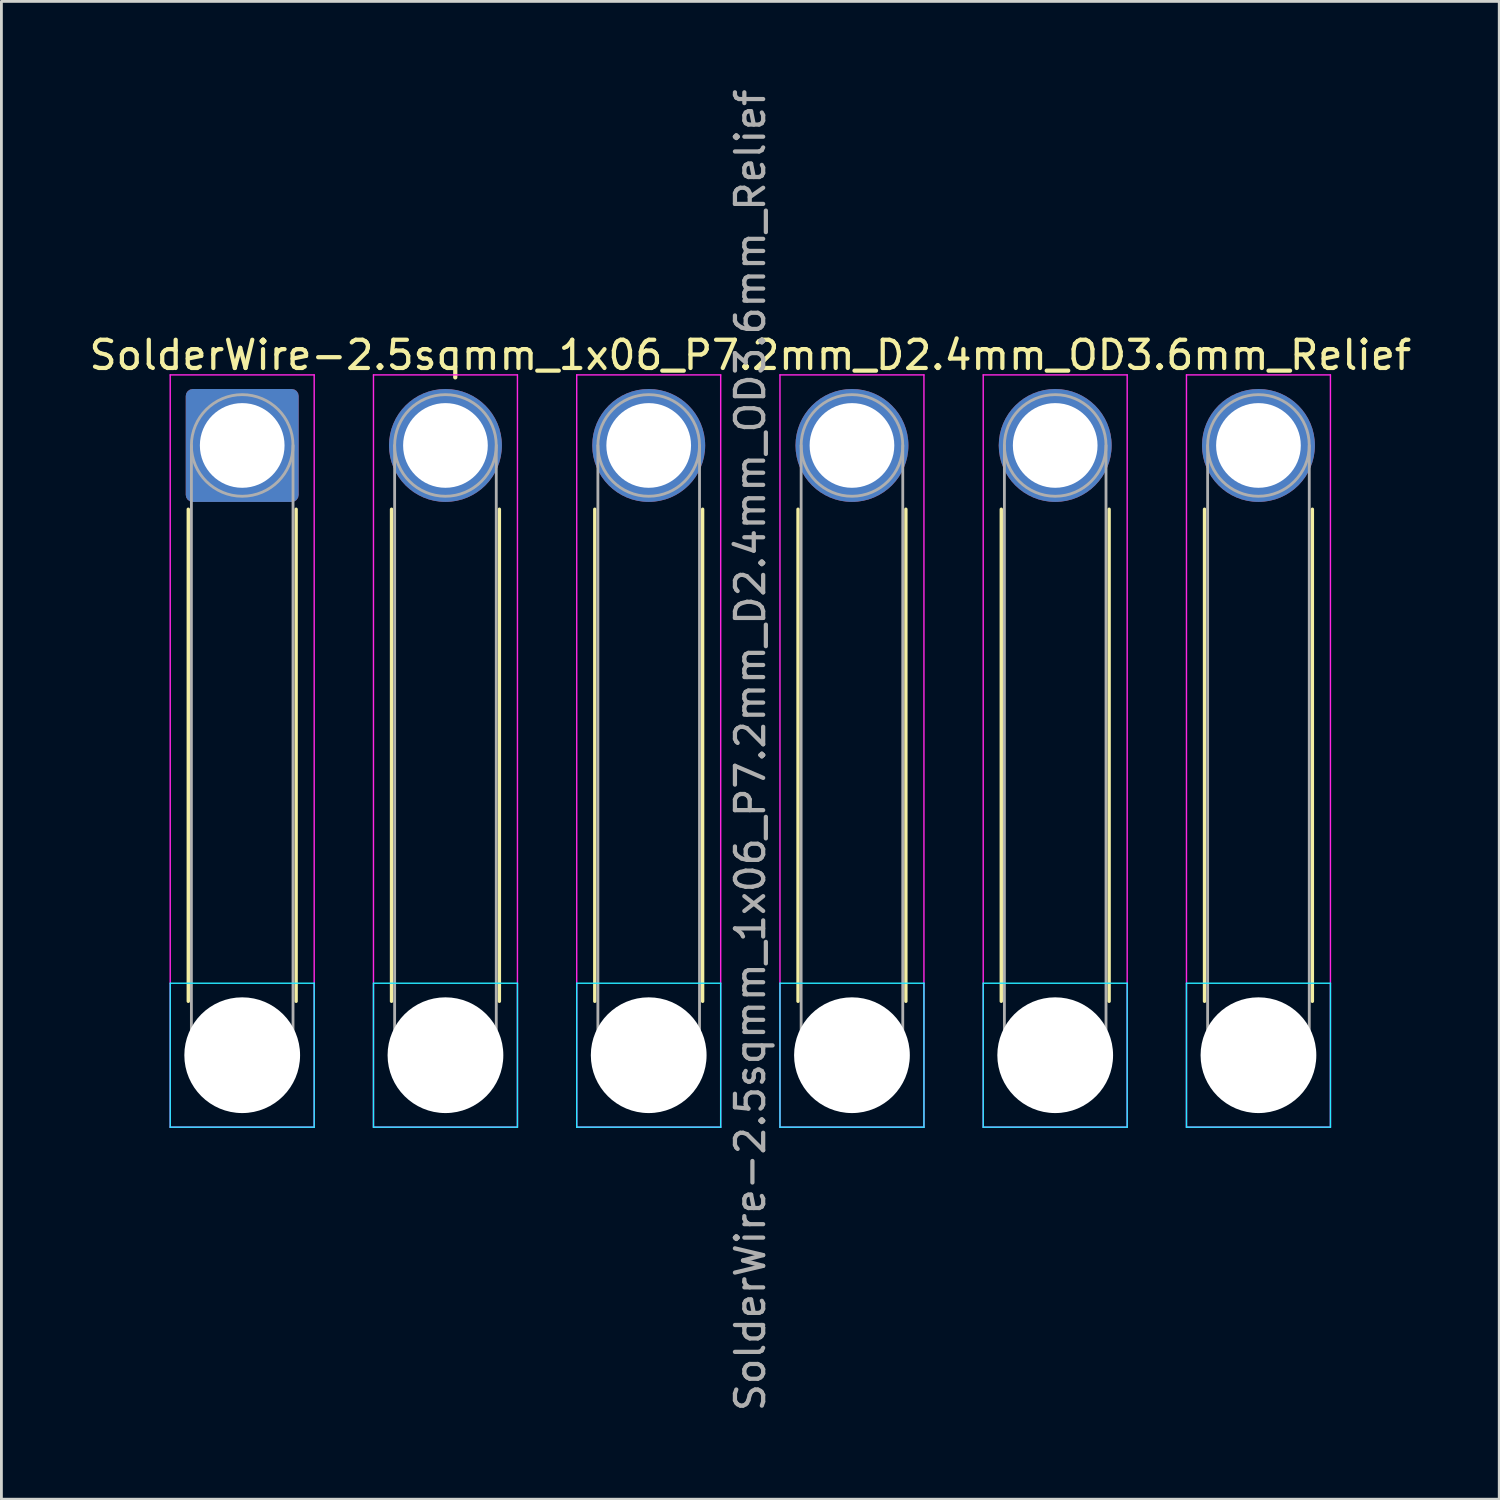
<source format=kicad_pcb>
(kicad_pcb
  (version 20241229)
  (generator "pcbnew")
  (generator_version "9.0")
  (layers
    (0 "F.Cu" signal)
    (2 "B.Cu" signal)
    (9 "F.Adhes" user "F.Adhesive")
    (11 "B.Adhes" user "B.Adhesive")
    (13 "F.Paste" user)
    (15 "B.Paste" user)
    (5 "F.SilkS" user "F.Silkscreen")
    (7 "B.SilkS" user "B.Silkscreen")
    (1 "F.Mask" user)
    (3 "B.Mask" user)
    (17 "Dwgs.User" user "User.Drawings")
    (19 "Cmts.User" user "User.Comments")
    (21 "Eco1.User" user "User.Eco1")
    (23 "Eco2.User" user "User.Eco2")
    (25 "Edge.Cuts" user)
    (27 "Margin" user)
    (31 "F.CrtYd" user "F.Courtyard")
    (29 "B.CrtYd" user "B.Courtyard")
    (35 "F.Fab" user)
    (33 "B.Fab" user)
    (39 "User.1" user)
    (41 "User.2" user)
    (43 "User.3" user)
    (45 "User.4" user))
  (footprint "SolderWire-2.5sqmm_1x06_P7.2mm_D2.4mm_OD3.6mm_Relief"
    (layer "F.Cu")
    (at 5.53 12.73)
    (property "Reference" "SolderWire-2.5sqmm_1x06_P7.2mm_D2.4mm_OD3.6mm_Relief" (at 18 -3.2 0) (layer "F.SilkS") (effects (font (size 1 1) (thickness 0.15))))
    (attr exclude_from_pos_files exclude_from_bom)
    (fp_line (start -1.91 2.26) (end -1.91 19.69) (stroke (width 0.12) (type solid)) (layer "F.SilkS"))
    (fp_line (start 1.91 2.26) (end 1.91 19.69) (stroke (width 0.12) (type solid)) (layer "F.SilkS"))
    (fp_line (start 5.29 2.26) (end 5.29 19.69) (stroke (width 0.12) (type solid)) (layer "F.SilkS"))
    (fp_line (start 9.11 2.26) (end 9.11 19.69) (stroke (width 0.12) (type solid)) (layer "F.SilkS"))
    (fp_line (start 12.49 2.26) (end 12.49 19.69) (stroke (width 0.12) (type solid)) (layer "F.SilkS"))
    (fp_line (start 16.31 2.26) (end 16.31 19.69) (stroke (width 0.12) (type solid)) (layer "F.SilkS"))
    (fp_line (start 19.69 2.26) (end 19.69 19.69) (stroke (width 0.12) (type solid)) (layer "F.SilkS"))
    (fp_line (start 23.51 2.26) (end 23.51 19.69) (stroke (width 0.12) (type solid)) (layer "F.SilkS"))
    (fp_line (start 26.89 2.26) (end 26.89 19.69) (stroke (width 0.12) (type solid)) (layer "F.SilkS"))
    (fp_line (start 30.71 2.26) (end 30.71 19.69) (stroke (width 0.12) (type solid)) (layer "F.SilkS"))
    (fp_line (start 34.09 2.26) (end 34.09 19.69) (stroke (width 0.12) (type solid)) (layer "F.SilkS"))
    (fp_line (start 37.91 2.26) (end 37.91 19.69) (stroke (width 0.12) (type solid)) (layer "F.SilkS"))
    (fp_line (start -2.55 19.05) (end -2.55 24.15) (stroke (width 0.05) (type solid)) (layer "B.CrtYd"))
    (fp_line (start -2.55 24.15) (end 2.55 24.15) (stroke (width 0.05) (type solid)) (layer "B.CrtYd"))
    (fp_line (start 2.55 19.05) (end -2.55 19.05) (stroke (width 0.05) (type solid)) (layer "B.CrtYd"))
    (fp_line (start 2.55 24.15) (end 2.55 19.05) (stroke (width 0.05) (type solid)) (layer "B.CrtYd"))
    (fp_line (start 4.65 19.05) (end 4.65 24.15) (stroke (width 0.05) (type solid)) (layer "B.CrtYd"))
    (fp_line (start 4.65 24.15) (end 9.75 24.15) (stroke (width 0.05) (type solid)) (layer "B.CrtYd"))
    (fp_line (start 9.75 19.05) (end 4.65 19.05) (stroke (width 0.05) (type solid)) (layer "B.CrtYd"))
    (fp_line (start 9.75 24.15) (end 9.75 19.05) (stroke (width 0.05) (type solid)) (layer "B.CrtYd"))
    (fp_line (start 11.85 19.05) (end 11.85 24.15) (stroke (width 0.05) (type solid)) (layer "B.CrtYd"))
    (fp_line (start 11.85 24.15) (end 16.95 24.15) (stroke (width 0.05) (type solid)) (layer "B.CrtYd"))
    (fp_line (start 16.95 19.05) (end 11.85 19.05) (stroke (width 0.05) (type solid)) (layer "B.CrtYd"))
    (fp_line (start 16.95 24.15) (end 16.95 19.05) (stroke (width 0.05) (type solid)) (layer "B.CrtYd"))
    (fp_line (start 19.05 19.05) (end 19.05 24.15) (stroke (width 0.05) (type solid)) (layer "B.CrtYd"))
    (fp_line (start 19.05 24.15) (end 24.15 24.15) (stroke (width 0.05) (type solid)) (layer "B.CrtYd"))
    (fp_line (start 24.15 19.05) (end 19.05 19.05) (stroke (width 0.05) (type solid)) (layer "B.CrtYd"))
    (fp_line (start 24.15 24.15) (end 24.15 19.05) (stroke (width 0.05) (type solid)) (layer "B.CrtYd"))
    (fp_line (start 26.25 19.05) (end 26.25 24.15) (stroke (width 0.05) (type solid)) (layer "B.CrtYd"))
    (fp_line (start 26.25 24.15) (end 31.35 24.15) (stroke (width 0.05) (type solid)) (layer "B.CrtYd"))
    (fp_line (start 31.35 19.05) (end 26.25 19.05) (stroke (width 0.05) (type solid)) (layer "B.CrtYd"))
    (fp_line (start 31.35 24.15) (end 31.35 19.05) (stroke (width 0.05) (type solid)) (layer "B.CrtYd"))
    (fp_line (start 33.45 19.05) (end 33.45 24.15) (stroke (width 0.05) (type solid)) (layer "B.CrtYd"))
    (fp_line (start 33.45 24.15) (end 38.55 24.15) (stroke (width 0.05) (type solid)) (layer "B.CrtYd"))
    (fp_line (start 38.55 19.05) (end 33.45 19.05) (stroke (width 0.05) (type solid)) (layer "B.CrtYd"))
    (fp_line (start 38.55 24.15) (end 38.55 19.05) (stroke (width 0.05) (type solid)) (layer "B.CrtYd"))
    (fp_line (start -2.55 -2.5) (end -2.55 24.15) (stroke (width 0.05) (type solid)) (layer "F.CrtYd"))
    (fp_line (start -2.55 24.15) (end 2.55 24.15) (stroke (width 0.05) (type solid)) (layer "F.CrtYd"))
    (fp_line (start 2.55 -2.5) (end -2.55 -2.5) (stroke (width 0.05) (type solid)) (layer "F.CrtYd"))
    (fp_line (start 2.55 24.15) (end 2.55 -2.5) (stroke (width 0.05) (type solid)) (layer "F.CrtYd"))
    (fp_line (start 4.65 -2.5) (end 4.65 24.15) (stroke (width 0.05) (type solid)) (layer "F.CrtYd"))
    (fp_line (start 4.65 24.15) (end 9.75 24.15) (stroke (width 0.05) (type solid)) (layer "F.CrtYd"))
    (fp_line (start 9.75 -2.5) (end 4.65 -2.5) (stroke (width 0.05) (type solid)) (layer "F.CrtYd"))
    (fp_line (start 9.75 24.15) (end 9.75 -2.5) (stroke (width 0.05) (type solid)) (layer "F.CrtYd"))
    (fp_line (start 11.85 -2.5) (end 11.85 24.15) (stroke (width 0.05) (type solid)) (layer "F.CrtYd"))
    (fp_line (start 11.85 24.15) (end 16.95 24.15) (stroke (width 0.05) (type solid)) (layer "F.CrtYd"))
    (fp_line (start 16.95 -2.5) (end 11.85 -2.5) (stroke (width 0.05) (type solid)) (layer "F.CrtYd"))
    (fp_line (start 16.95 24.15) (end 16.95 -2.5) (stroke (width 0.05) (type solid)) (layer "F.CrtYd"))
    (fp_line (start 19.05 -2.5) (end 19.05 24.15) (stroke (width 0.05) (type solid)) (layer "F.CrtYd"))
    (fp_line (start 19.05 24.15) (end 24.15 24.15) (stroke (width 0.05) (type solid)) (layer "F.CrtYd"))
    (fp_line (start 24.15 -2.5) (end 19.05 -2.5) (stroke (width 0.05) (type solid)) (layer "F.CrtYd"))
    (fp_line (start 24.15 24.15) (end 24.15 -2.5) (stroke (width 0.05) (type solid)) (layer "F.CrtYd"))
    (fp_line (start 26.25 -2.5) (end 26.25 24.15) (stroke (width 0.05) (type solid)) (layer "F.CrtYd"))
    (fp_line (start 26.25 24.15) (end 31.35 24.15) (stroke (width 0.05) (type solid)) (layer "F.CrtYd"))
    (fp_line (start 31.35 -2.5) (end 26.25 -2.5) (stroke (width 0.05) (type solid)) (layer "F.CrtYd"))
    (fp_line (start 31.35 24.15) (end 31.35 -2.5) (stroke (width 0.05) (type solid)) (layer "F.CrtYd"))
    (fp_line (start 33.45 -2.5) (end 33.45 24.15) (stroke (width 0.05) (type solid)) (layer "F.CrtYd"))
    (fp_line (start 33.45 24.15) (end 38.55 24.15) (stroke (width 0.05) (type solid)) (layer "F.CrtYd"))
    (fp_line (start 38.55 -2.5) (end 33.45 -2.5) (stroke (width 0.05) (type solid)) (layer "F.CrtYd"))
    (fp_line (start 38.55 24.15) (end 38.55 -2.5) (stroke (width 0.05) (type solid)) (layer "F.CrtYd"))
    (fp_line (start -1.8 0) (end -1.8 21.6) (stroke (width 0.1) (type solid)) (layer "F.Fab"))
    (fp_line (start 1.8 0) (end 1.8 21.6) (stroke (width 0.1) (type solid)) (layer "F.Fab"))
    (fp_line (start 5.4 0) (end 5.4 21.6) (stroke (width 0.1) (type solid)) (layer "F.Fab"))
    (fp_line (start 9 0) (end 9 21.6) (stroke (width 0.1) (type solid)) (layer "F.Fab"))
    (fp_line (start 12.6 0) (end 12.6 21.6) (stroke (width 0.1) (type solid)) (layer "F.Fab"))
    (fp_line (start 16.2 0) (end 16.2 21.6) (stroke (width 0.1) (type solid)) (layer "F.Fab"))
    (fp_line (start 19.8 0) (end 19.8 21.6) (stroke (width 0.1) (type solid)) (layer "F.Fab"))
    (fp_line (start 23.4 0) (end 23.4 21.6) (stroke (width 0.1) (type solid)) (layer "F.Fab"))
    (fp_line (start 27 0) (end 27 21.6) (stroke (width 0.1) (type solid)) (layer "F.Fab"))
    (fp_line (start 30.6 0) (end 30.6 21.6) (stroke (width 0.1) (type solid)) (layer "F.Fab"))
    (fp_line (start 34.2 0) (end 34.2 21.6) (stroke (width 0.1) (type solid)) (layer "F.Fab"))
    (fp_line (start 37.8 0) (end 37.8 21.6) (stroke (width 0.1) (type solid)) (layer "F.Fab"))
    (fp_circle (center 0 0) (end 1.8 0) (stroke (width 0.1) (type solid)) (fill no) (layer "F.Fab"))
    (fp_circle (center 0 21.6) (end 1.8 21.6) (stroke (width 0.1) (type solid)) (fill no) (layer "F.Fab"))
    (fp_circle (center 7.2 0) (end 9 0) (stroke (width 0.1) (type solid)) (fill no) (layer "F.Fab"))
    (fp_circle (center 7.2 21.6) (end 9 21.6) (stroke (width 0.1) (type solid)) (fill no) (layer "F.Fab"))
    (fp_circle (center 14.4 0) (end 16.2 0) (stroke (width 0.1) (type solid)) (fill no) (layer "F.Fab"))
    (fp_circle (center 14.4 21.6) (end 16.2 21.6) (stroke (width 0.1) (type solid)) (fill no) (layer "F.Fab"))
    (fp_circle (center 21.6 0) (end 23.4 0) (stroke (width 0.1) (type solid)) (fill no) (layer "F.Fab"))
    (fp_circle (center 21.6 21.6) (end 23.4 21.6) (stroke (width 0.1) (type solid)) (fill no) (layer "F.Fab"))
    (fp_circle (center 28.8 0) (end 30.6 0) (stroke (width 0.1) (type solid)) (fill no) (layer "F.Fab"))
    (fp_circle (center 28.8 21.6) (end 30.6 21.6) (stroke (width 0.1) (type solid)) (fill no) (layer "F.Fab"))
    (fp_circle (center 36 0) (end 37.8 0) (stroke (width 0.1) (type solid)) (fill no) (layer "F.Fab"))
    (fp_circle (center 36 21.6) (end 37.8 21.6) (stroke (width 0.1) (type solid)) (fill no) (layer "F.Fab"))
    (fp_text user "${REFERENCE}" (at 18 10.8 90) (layer "F.Fab") (effects (font (size 1 1) (thickness 0.15))))
    (pad "" np_thru_hole circle (at 0 21.6) (size 4.1 4.1) (drill 4.1) (layers "*.Cu" "*.Mask"))
    (pad "" np_thru_hole circle (at 7.2 21.6) (size 4.1 4.1) (drill 4.1) (layers "*.Cu" "*.Mask"))
    (pad "" np_thru_hole circle (at 14.4 21.6) (size 4.1 4.1) (drill 4.1) (layers "*.Cu" "*.Mask"))
    (pad "" np_thru_hole circle (at 21.6 21.6) (size 4.1 4.1) (drill 4.1) (layers "*.Cu" "*.Mask"))
    (pad "" np_thru_hole circle (at 28.8 21.6) (size 4.1 4.1) (drill 4.1) (layers "*.Cu" "*.Mask"))
    (pad "" np_thru_hole circle (at 36 21.6) (size 4.1 4.1) (drill 4.1) (layers "*.Cu" "*.Mask"))
    (pad "1" thru_hole roundrect (at 0 0) (size 4 4) (drill 3) (layers "*.Cu" "*.Mask") (roundrect_rratio 0.062))
    (pad "2" thru_hole circle (at 7.2 0) (size 4 4) (drill 3) (layers "*.Cu" "*.Mask"))
    (pad "3" thru_hole circle (at 14.4 0) (size 4 4) (drill 3) (layers "*.Cu" "*.Mask"))
    (pad "4" thru_hole circle (at 21.6 0) (size 4 4) (drill 3) (layers "*.Cu" "*.Mask"))
    (pad "5" thru_hole circle (at 28.8 0) (size 4 4) (drill 3) (layers "*.Cu" "*.Mask"))
    (pad "6" thru_hole circle (at 36 0) (size 4 4) (drill 3) (layers "*.Cu" "*.Mask")))
  (gr_rect
    (start -3 -3)
    (end 50.06 50.06)
    (stroke (width 0.1) (type default))
    (fill no)
    (layer "Edge.Cuts")))
</source>
